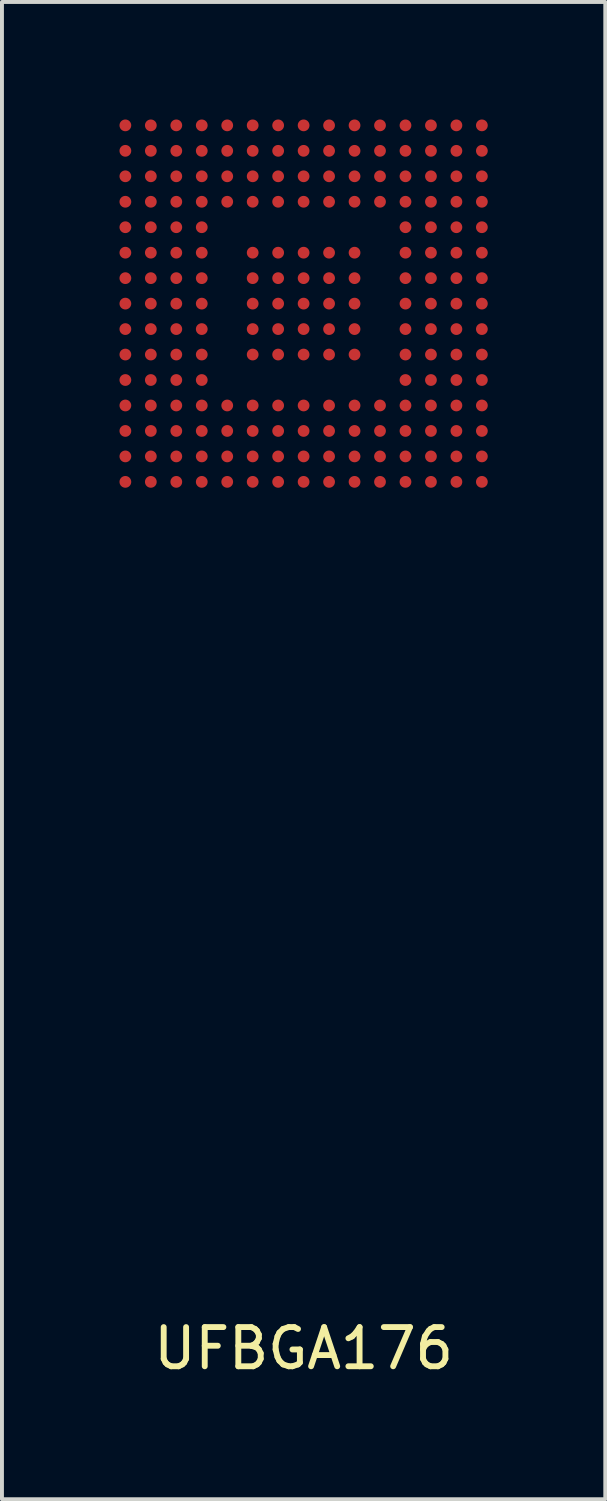
<source format=kicad_pcb>
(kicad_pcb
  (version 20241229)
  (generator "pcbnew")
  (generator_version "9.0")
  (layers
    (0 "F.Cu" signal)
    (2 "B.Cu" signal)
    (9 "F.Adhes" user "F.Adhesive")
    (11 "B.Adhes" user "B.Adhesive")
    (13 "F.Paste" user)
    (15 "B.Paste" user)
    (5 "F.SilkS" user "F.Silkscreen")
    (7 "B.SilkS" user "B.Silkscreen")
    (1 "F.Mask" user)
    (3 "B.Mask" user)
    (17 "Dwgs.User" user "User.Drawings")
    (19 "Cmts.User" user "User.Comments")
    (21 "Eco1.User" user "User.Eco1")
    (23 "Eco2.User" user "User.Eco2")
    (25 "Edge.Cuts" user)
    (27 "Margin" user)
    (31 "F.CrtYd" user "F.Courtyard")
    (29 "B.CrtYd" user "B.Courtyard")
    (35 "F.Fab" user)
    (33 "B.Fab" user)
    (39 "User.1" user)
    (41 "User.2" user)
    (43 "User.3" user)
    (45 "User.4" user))
  (footprint "UFBGA176"
    (layer "F.Cu")
    (at 4.7 4.7)
    (property "Reference" "UFBGA176" (at 0 26.67 0) (layer "F.SilkS") (effects (font (size 1 1) (thickness 0.15))))
    (attr through_hole)
    (pad "1" smd circle (at 0 0) (size 0.3 0.3) (layers "F.Cu" "F.Mask" "F.Paste"))
    (pad "2" smd circle (at -0.65 0) (size 0.3 0.3) (layers "F.Cu" "F.Mask" "F.Paste"))
    (pad "3" smd circle (at -0.65 -0.65) (size 0.3 0.3) (layers "F.Cu" "F.Mask" "F.Paste"))
    (pad "4" smd circle (at 0 -0.65) (size 0.3 0.3) (layers "F.Cu" "F.Mask" "F.Paste"))
    (pad "5" smd circle (at 0.65 -0.65) (size 0.3 0.3) (layers "F.Cu" "F.Mask" "F.Paste"))
    (pad "6" smd circle (at 0.65 0) (size 0.3 0.3) (layers "F.Cu" "F.Mask" "F.Paste"))
    (pad "7" smd circle (at 0.65 0.65) (size 0.3 0.3) (layers "F.Cu" "F.Mask" "F.Paste"))
    (pad "8" smd circle (at 0 0.65) (size 0.3 0.3) (layers "F.Cu" "F.Mask" "F.Paste"))
    (pad "9" smd circle (at -0.65 0.65) (size 0.3 0.3) (layers "F.Cu" "F.Mask" "F.Paste"))
    (pad "10" smd circle (at -1.3 0.65) (size 0.3 0.3) (layers "F.Cu" "F.Mask" "F.Paste"))
    (pad "11" smd circle (at -1.3 0) (size 0.3 0.3) (layers "F.Cu" "F.Mask" "F.Paste"))
    (pad "12" smd circle (at -1.3 -0.65) (size 0.3 0.3) (layers "F.Cu" "F.Mask" "F.Paste"))
    (pad "13" smd circle (at -1.3 -1.3) (size 0.3 0.3) (layers "F.Cu" "F.Mask" "F.Paste"))
    (pad "14" smd circle (at -0.65 -1.3) (size 0.3 0.3) (layers "F.Cu" "F.Mask" "F.Paste"))
    (pad "15" smd circle (at 0 -1.3) (size 0.3 0.3) (layers "F.Cu" "F.Mask" "F.Paste"))
    (pad "16" smd circle (at 0.65 -1.3) (size 0.3 0.3) (layers "F.Cu" "F.Mask" "F.Paste"))
    (pad "17" smd circle (at 1.3 -1.3) (size 0.3 0.3) (layers "F.Cu" "F.Mask" "F.Paste"))
    (pad "18" smd circle (at 1.3 -0.65) (size 0.3 0.3) (layers "F.Cu" "F.Mask" "F.Paste"))
    (pad "19" smd circle (at 1.3 0) (size 0.3 0.3) (layers "F.Cu" "F.Mask" "F.Paste"))
    (pad "20" smd circle (at 1.3 0.65) (size 0.3 0.3) (layers "F.Cu" "F.Mask" "F.Paste"))
    (pad "21" smd circle (at 1.3 1.3) (size 0.3 0.3) (layers "F.Cu" "F.Mask" "F.Paste"))
    (pad "22" smd circle (at 0.65 1.3) (size 0.3 0.3) (layers "F.Cu" "F.Mask" "F.Paste"))
    (pad "23" smd circle (at 0 1.3) (size 0.3 0.3) (layers "F.Cu" "F.Mask" "F.Paste"))
    (pad "24" smd circle (at -0.65 1.3) (size 0.3 0.3) (layers "F.Cu" "F.Mask" "F.Paste"))
    (pad "25" smd circle (at -1.3 1.3) (size 0.3 0.3) (layers "F.Cu" "F.Mask" "F.Paste"))
    (pad "26" smd circle (at -2.6 -2.6) (size 0.3 0.3) (layers "F.Cu" "F.Mask" "F.Paste"))
    (pad "27" smd circle (at -2.6 -1.95) (size 0.3 0.3) (layers "F.Cu" "F.Mask" "F.Paste"))
    (pad "28" smd circle (at -2.6 -1.3) (size 0.3 0.3) (layers "F.Cu" "F.Mask" "F.Paste"))
    (pad "29" smd circle (at -2.6 -0.65) (size 0.3 0.3) (layers "F.Cu" "F.Mask" "F.Paste"))
    (pad "30" smd circle (at -2.6 0) (size 0.3 0.3) (layers "F.Cu" "F.Mask" "F.Paste"))
    (pad "31" smd circle (at -2.6 -3.25) (size 0.3 0.3) (layers "F.Cu" "F.Mask" "F.Paste"))
    (pad "32" smd circle (at -2.6 -3.9) (size 0.3 0.3) (layers "F.Cu" "F.Mask" "F.Paste"))
    (pad "33" smd circle (at -2.6 -4.55) (size 0.3 0.3) (layers "F.Cu" "F.Mask" "F.Paste"))
    (pad "34" smd circle (at -3.25 -1.3) (size 0.3 0.3) (layers "F.Cu" "F.Mask" "F.Paste"))
    (pad "35" smd circle (at -3.9 -1.3) (size 0.3 0.3) (layers "F.Cu" "F.Mask" "F.Paste"))
    (pad "36" smd circle (at -4.55 -1.3) (size 0.3 0.3) (layers "F.Cu" "F.Mask" "F.Paste"))
    (pad "37" smd circle (at -4.55 -1.95) (size 0.3 0.3) (layers "F.Cu" "F.Mask" "F.Paste"))
    (pad "38" smd circle (at -4.55 -2.6) (size 0.3 0.3) (layers "F.Cu" "F.Mask" "F.Paste"))
    (pad "39" smd circle (at -4.55 -3.25) (size 0.3 0.3) (layers "F.Cu" "F.Mask" "F.Paste"))
    (pad "40" smd circle (at -4.55 -3.9) (size 0.3 0.3) (layers "F.Cu" "F.Mask" "F.Paste"))
    (pad "41" smd circle (at -4.55 -4.55) (size 0.3 0.3) (layers "F.Cu" "F.Mask" "F.Paste"))
    (pad "42" smd circle (at -3.9 -4.55) (size 0.3 0.3) (layers "F.Cu" "F.Mask" "F.Paste"))
    (pad "43" smd circle (at -3.25 -4.55) (size 0.3 0.3) (layers "F.Cu" "F.Mask" "F.Paste"))
    (pad "44" smd circle (at -3.25 -3.9) (size 0.3 0.3) (layers "F.Cu" "F.Mask" "F.Paste"))
    (pad "45" smd circle (at -3.9 -3.9) (size 0.3 0.3) (layers "F.Cu" "F.Mask" "F.Paste"))
    (pad "46" smd circle (at -3.9 -3.25) (size 0.3 0.3) (layers "F.Cu" "F.Mask" "F.Paste"))
    (pad "47" smd circle (at -3.25 -3.25) (size 0.3 0.3) (layers "F.Cu" "F.Mask" "F.Paste"))
    (pad "48" smd circle (at -3.25 -2.6) (size 0.3 0.3) (layers "F.Cu" "F.Mask" "F.Paste"))
    (pad "49" smd circle (at -3.9 -2.6) (size 0.3 0.3) (layers "F.Cu" "F.Mask" "F.Paste"))
    (pad "50" smd circle (at -3.9 -1.95) (size 0.3 0.3) (layers "F.Cu" "F.Mask" "F.Paste"))
    (pad "51" smd circle (at -3.25 -1.95) (size 0.3 0.3) (layers "F.Cu" "F.Mask" "F.Paste"))
    (pad "52" smd circle (at -4.55 -0.65) (size 0.3 0.3) (layers "F.Cu" "F.Mask" "F.Paste"))
    (pad "53" smd circle (at -3.9 -0.65) (size 0.3 0.3) (layers "F.Cu" "F.Mask" "F.Paste"))
    (pad "54" smd circle (at -3.25 -0.65) (size 0.3 0.3) (layers "F.Cu" "F.Mask" "F.Paste"))
    (pad "55" smd circle (at -3.25 0) (size 0.3 0.3) (layers "F.Cu" "F.Mask" "F.Paste"))
    (pad "56" smd circle (at -3.9 0) (size 0.3 0.3) (layers "F.Cu" "F.Mask" "F.Paste"))
    (pad "57" smd circle (at -4.55 0) (size 0.3 0.3) (layers "F.Cu" "F.Mask" "F.Paste"))
    (pad "58" smd circle (at -4.55 0.65) (size 0.3 0.3) (layers "F.Cu" "F.Mask" "F.Paste"))
    (pad "59" smd circle (at -3.9 0.65) (size 0.3 0.3) (layers "F.Cu" "F.Mask" "F.Paste"))
    (pad "60" smd circle (at -3.25 0.65) (size 0.3 0.3) (layers "F.Cu" "F.Mask" "F.Paste"))
    (pad "61" smd circle (at -2.6 0.65) (size 0.3 0.3) (layers "F.Cu" "F.Mask" "F.Paste"))
    (pad "62" smd circle (at -2.6 1.3) (size 0.3 0.3) (layers "F.Cu" "F.Mask" "F.Paste"))
    (pad "63" smd circle (at -3.25 1.3) (size 0.3 0.3) (layers "F.Cu" "F.Mask" "F.Paste"))
    (pad "64" smd circle (at -3.9 1.3) (size 0.3 0.3) (layers "F.Cu" "F.Mask" "F.Paste"))
    (pad "65" smd circle (at -4.55 1.3) (size 0.3 0.3) (layers "F.Cu" "F.Mask" "F.Paste"))
    (pad "66" smd circle (at -4.55 1.95) (size 0.3 0.3) (layers "F.Cu" "F.Mask" "F.Paste"))
    (pad "67" smd circle (at -3.9 1.95) (size 0.3 0.3) (layers "F.Cu" "F.Mask" "F.Paste"))
    (pad "68" smd circle (at -3.25 1.95) (size 0.3 0.3) (layers "F.Cu" "F.Mask" "F.Paste"))
    (pad "69" smd circle (at -2.6 1.95) (size 0.3 0.3) (layers "F.Cu" "F.Mask" "F.Paste"))
    (pad "77" smd circle (at -1.3 2.6) (size 0.3 0.3) (layers "F.Cu" "F.Mask" "F.Paste"))
    (pad "78" smd circle (at -1.3 3.25) (size 0.3 0.3) (layers "F.Cu" "F.Mask" "F.Paste"))
    (pad "79" smd circle (at -1.3 3.9) (size 0.3 0.3) (layers "F.Cu" "F.Mask" "F.Paste"))
    (pad "80" smd circle (at -1.3 4.55) (size 0.3 0.3) (layers "F.Cu" "F.Mask" "F.Paste"))
    (pad "81" smd circle (at -1.95 4.55) (size 0.3 0.3) (layers "F.Cu" "F.Mask" "F.Paste"))
    (pad "82" smd circle (at -2.6 4.55) (size 0.3 0.3) (layers "F.Cu" "F.Mask" "F.Paste"))
    (pad "83" smd circle (at -3.25 4.55) (size 0.3 0.3) (layers "F.Cu" "F.Mask" "F.Paste"))
    (pad "84" smd circle (at -3.9 4.55) (size 0.3 0.3) (layers "F.Cu" "F.Mask" "F.Paste"))
    (pad "85" smd circle (at -4.55 4.55) (size 0.3 0.3) (layers "F.Cu" "F.Mask" "F.Paste"))
    (pad "86" smd circle (at -4.55 3.9) (size 0.3 0.3) (layers "F.Cu" "F.Mask" "F.Paste"))
    (pad "87" smd circle (at -4.55 3.25) (size 0.3 0.3) (layers "F.Cu" "F.Mask" "F.Paste"))
    (pad "88" smd circle (at -4.55 2.6) (size 0.3 0.3) (layers "F.Cu" "F.Mask" "F.Paste"))
    (pad "89" smd circle (at -3.9 2.6) (size 0.3 0.3) (layers "F.Cu" "F.Mask" "F.Paste"))
    (pad "90" smd circle (at -3.25 2.6) (size 0.3 0.3) (layers "F.Cu" "F.Mask" "F.Paste"))
    (pad "91" smd circle (at -2.6 2.6) (size 0.3 0.3) (layers "F.Cu" "F.Mask" "F.Paste"))
    (pad "92" smd circle (at -1.95 2.6) (size 0.3 0.3) (layers "F.Cu" "F.Mask" "F.Paste"))
    (pad "93" smd circle (at -1.95 3.25) (size 0.3 0.3) (layers "F.Cu" "F.Mask" "F.Paste"))
    (pad "94" smd circle (at -1.95 3.9) (size 0.3 0.3) (layers "F.Cu" "F.Mask" "F.Paste"))
    (pad "95" smd circle (at -2.6 3.9) (size 0.3 0.3) (layers "F.Cu" "F.Mask" "F.Paste"))
    (pad "96" smd circle (at -3.25 3.9) (size 0.3 0.3) (layers "F.Cu" "F.Mask" "F.Paste"))
    (pad "97" smd circle (at -3.9 3.9) (size 0.3 0.3) (layers "F.Cu" "F.Mask" "F.Paste"))
    (pad "98" smd circle (at -3.9 3.25) (size 0.3 0.3) (layers "F.Cu" "F.Mask" "F.Paste"))
    (pad "99" smd circle (at -3.25 3.25) (size 0.3 0.3) (layers "F.Cu" "F.Mask" "F.Paste"))
    (pad "100" smd circle (at -2.6 3.25) (size 0.3 0.3) (layers "F.Cu" "F.Mask" "F.Paste"))
    (pad "101" smd circle (at -0.65 4.55) (size 0.3 0.3) (layers "F.Cu" "F.Mask" "F.Paste"))
    (pad "102" smd circle (at 0 4.55) (size 0.3 0.3) (layers "F.Cu" "F.Mask" "F.Paste"))
    (pad "103" smd circle (at 2.6 1.3) (size 0.3 0.3) (layers "F.Cu" "F.Mask" "F.Paste"))
    (pad "104" smd circle (at 3.25 1.3) (size 0.3 0.3) (layers "F.Cu" "F.Mask" "F.Paste"))
    (pad "105" smd circle (at 3.9 1.3) (size 0.3 0.3) (layers "F.Cu" "F.Mask" "F.Paste"))
    (pad "106" smd circle (at 4.55 1.3) (size 0.3 0.3) (layers "F.Cu" "F.Mask" "F.Paste"))
    (pad "107" smd circle (at 4.55 1.95) (size 0.3 0.3) (layers "F.Cu" "F.Mask" "F.Paste"))
    (pad "108" smd circle (at 4.55 2.6) (size 0.3 0.3) (layers "F.Cu" "F.Mask" "F.Paste"))
    (pad "109" smd circle (at 4.55 3.25) (size 0.3 0.3) (layers "F.Cu" "F.Mask" "F.Paste"))
    (pad "110" smd circle (at 4.55 3.9) (size 0.3 0.3) (layers "F.Cu" "F.Mask" "F.Paste"))
    (pad "111" smd circle (at 4.55 4.55) (size 0.3 0.3) (layers "F.Cu" "F.Mask" "F.Paste"))
    (pad "112" smd circle (at 3.9 4.55) (size 0.3 0.3) (layers "F.Cu" "F.Mask" "F.Paste"))
    (pad "113" smd circle (at 3.25 4.55) (size 0.3 0.3) (layers "F.Cu" "F.Mask" "F.Paste"))
    (pad "114" smd circle (at 2.6 4.55) (size 0.3 0.3) (layers "F.Cu" "F.Mask" "F.Paste"))
    (pad "115" smd circle (at 1.95 4.55) (size 0.3 0.3) (layers "F.Cu" "F.Mask" "F.Paste"))
    (pad "116" smd circle (at 1.3 4.55) (size 0.3 0.3) (layers "F.Cu" "F.Mask" "F.Paste"))
    (pad "117" smd circle (at 0.65 4.55) (size 0.3 0.3) (layers "F.Cu" "F.Mask" "F.Paste"))
    (pad "118" smd circle (at -0.65 3.9) (size 0.3 0.3) (layers "F.Cu" "F.Mask" "F.Paste"))
    (pad "119" smd circle (at 0 3.9) (size 0.3 0.3) (layers "F.Cu" "F.Mask" "F.Paste"))
    (pad "120" smd circle (at 0.65 3.9) (size 0.3 0.3) (layers "F.Cu" "F.Mask" "F.Paste"))
    (pad "121" smd circle (at 1.3 3.9) (size 0.3 0.3) (layers "F.Cu" "F.Mask" "F.Paste"))
    (pad "122" smd circle (at 1.95 3.9) (size 0.3 0.3) (layers "F.Cu" "F.Mask" "F.Paste"))
    (pad "123" smd circle (at 2.6 3.9) (size 0.3 0.3) (layers "F.Cu" "F.Mask" "F.Paste"))
    (pad "124" smd circle (at 3.25 3.9) (size 0.3 0.3) (layers "F.Cu" "F.Mask" "F.Paste"))
    (pad "125" smd circle (at 3.9 3.9) (size 0.3 0.3) (layers "F.Cu" "F.Mask" "F.Paste"))
    (pad "126" smd circle (at 3.9 3.25) (size 0.3 0.3) (layers "F.Cu" "F.Mask" "F.Paste"))
    (pad "127" smd circle (at 3.25 3.25) (size 0.3 0.3) (layers "F.Cu" "F.Mask" "F.Paste"))
    (pad "128" smd circle (at 1.95 3.25) (size 0.3 0.3) (layers "F.Cu" "F.Mask" "F.Paste"))
    (pad "129" smd circle (at -0.65 2.6) (size 0.3 0.3) (layers "F.Cu" "F.Mask" "F.Paste"))
    (pad "130" smd circle (at 0 2.6) (size 0.3 0.3) (layers "F.Cu" "F.Mask" "F.Paste"))
    (pad "131" smd circle (at 0.65 2.6) (size 0.3 0.3) (layers "F.Cu" "F.Mask" "F.Paste"))
    (pad "133" smd circle (at 1.3 2.6) (size 0.3 0.3) (layers "F.Cu" "F.Mask" "F.Paste"))
    (pad "134" smd circle (at 1.95 2.6) (size 0.3 0.3) (layers "F.Cu" "F.Mask" "F.Paste"))
    (pad "135" smd circle (at 2.6 2.6) (size 0.3 0.3) (layers "F.Cu" "F.Mask" "F.Paste"))
    (pad "136" smd circle (at 2.6 1.95) (size 0.3 0.3) (layers "F.Cu" "F.Mask" "F.Paste"))
    (pad "137" smd circle (at 3.25 1.95) (size 0.3 0.3) (layers "F.Cu" "F.Mask" "F.Paste"))
    (pad "138" smd circle (at 3.9 1.95) (size 0.3 0.3) (layers "F.Cu" "F.Mask" "F.Paste"))
    (pad "139" smd circle (at 3.9 2.6) (size 0.3 0.3) (layers "F.Cu" "F.Mask" "F.Paste"))
    (pad "140" smd circle (at 3.25 2.6) (size 0.3 0.3) (layers "F.Cu" "F.Mask" "F.Paste"))
    (pad "141" smd circle (at 2.6 3.25) (size 0.3 0.3) (layers "F.Cu" "F.Mask" "F.Paste"))
    (pad "142" smd circle (at 1.3 3.25) (size 0.3 0.3) (layers "F.Cu" "F.Mask" "F.Paste"))
    (pad "143" smd circle (at 0.65 3.25) (size 0.3 0.3) (layers "F.Cu" "F.Mask" "F.Paste"))
    (pad "144" smd circle (at 0 3.25) (size 0.3 0.3) (layers "F.Cu" "F.Mask" "F.Paste"))
    (pad "145" smd circle (at -0.65 3.25) (size 0.3 0.3) (layers "F.Cu" "F.Mask" "F.Paste"))
    (pad "146" smd circle (at 2.6 0.65) (size 0.3 0.3) (layers "F.Cu" "F.Mask" "F.Paste"))
    (pad "147" smd circle (at 2.6 0) (size 0.3 0.3) (layers "F.Cu" "F.Mask" "F.Paste"))
    (pad "148" smd circle (at 2.6 -0.65) (size 0.3 0.3) (layers "F.Cu" "F.Mask" "F.Paste"))
    (pad "149" smd circle (at 2.6 -1.3) (size 0.3 0.3) (layers "F.Cu" "F.Mask" "F.Paste"))
    (pad "150" smd circle (at 2.6 -1.95) (size 0.3 0.3) (layers "F.Cu" "F.Mask" "F.Paste"))
    (pad "151" smd circle (at 2.6 -2.6) (size 0.3 0.3) (layers "F.Cu" "F.Mask" "F.Paste"))
    (pad "152" smd circle (at 1.95 -2.6) (size 0.3 0.3) (layers "F.Cu" "F.Mask" "F.Paste"))
    (pad "153" smd circle (at 1.3 -2.6) (size 0.3 0.3) (layers "F.Cu" "F.Mask" "F.Paste"))
    (pad "154" smd circle (at 0.65 -2.6) (size 0.3 0.3) (layers "F.Cu" "F.Mask" "F.Paste"))
    (pad "155" smd circle (at -1.95 -2.6) (size 0.3 0.3) (layers "F.Cu" "F.Mask" "F.Paste"))
    (pad "156" smd circle (at -1.3 -2.6) (size 0.3 0.3) (layers "F.Cu" "F.Mask" "F.Paste"))
    (pad "157" smd circle (at -0.65 -2.6) (size 0.3 0.3) (layers "F.Cu" "F.Mask" "F.Paste"))
    (pad "158" smd circle (at 0 -2.6) (size 0.3 0.3) (layers "F.Cu" "F.Mask" "F.Paste"))
    (pad "159" smd circle (at -1.95 -4.55) (size 0.3 0.3) (layers "F.Cu" "F.Mask" "F.Paste"))
    (pad "160" smd circle (at -1.3 -4.55) (size 0.3 0.3) (layers "F.Cu" "F.Mask" "F.Paste"))
    (pad "161" smd circle (at -0.65 -4.55) (size 0.3 0.3) (layers "F.Cu" "F.Mask" "F.Paste"))
    (pad "162" smd circle (at 0 -4.55) (size 0.3 0.3) (layers "F.Cu" "F.Mask" "F.Paste"))
    (pad "163" smd circle (at 0.65 -4.55) (size 0.3 0.3) (layers "F.Cu" "F.Mask" "F.Paste"))
    (pad "164" smd circle (at 1.3 -4.55) (size 0.3 0.3) (layers "F.Cu" "F.Mask" "F.Paste"))
    (pad "165" smd circle (at 1.95 -4.55) (size 0.3 0.3) (layers "F.Cu" "F.Mask" "F.Paste"))
    (pad "166" smd circle (at 2.6 -4.55) (size 0.3 0.3) (layers "F.Cu" "F.Mask" "F.Paste"))
    (pad "167" smd circle (at 3.25 -4.55) (size 0.3 0.3) (layers "F.Cu" "F.Mask" "F.Paste"))
    (pad "168" smd circle (at 3.9 -4.55) (size 0.3 0.3) (layers "F.Cu" "F.Mask" "F.Paste"))
    (pad "169" smd circle (at 4.55 -4.55) (size 0.3 0.3) (layers "F.Cu" "F.Mask" "F.Paste"))
    (pad "170" smd circle (at 4.55 -3.9) (size 0.3 0.3) (layers "F.Cu" "F.Mask" "F.Paste"))
    (pad "171" smd circle (at 4.55 -3.25) (size 0.3 0.3) (layers "F.Cu" "F.Mask" "F.Paste"))
    (pad "172" smd circle (at 4.55 -1.95) (size 0.3 0.3) (layers "F.Cu" "F.Mask" "F.Paste"))
    (pad "173" smd circle (at 4.55 -2.6) (size 0.3 0.3) (layers "F.Cu" "F.Mask" "F.Paste"))
    (pad "174" smd circle (at 4.55 -1.3) (size 0.3 0.3) (layers "F.Cu" "F.Mask" "F.Paste"))
    (pad "175" smd circle (at 4.55 -0.65) (size 0.3 0.3) (layers "F.Cu" "F.Mask" "F.Paste"))
    (pad "176" smd circle (at 4.55 0) (size 0.3 0.3) (layers "F.Cu" "F.Mask" "F.Paste"))
    (pad "177" smd circle (at 4.55 0.65) (size 0.3 0.3) (layers "F.Cu" "F.Mask" "F.Paste"))
    (pad "178" smd circle (at 3.9 0.65) (size 0.3 0.3) (layers "F.Cu" "F.Mask" "F.Paste"))
    (pad "179" smd circle (at 3.9 0) (size 0.3 0.3) (layers "F.Cu" "F.Mask" "F.Paste"))
    (pad "180" smd circle (at 3.9 -0.65) (size 0.3 0.3) (layers "F.Cu" "F.Mask" "F.Paste"))
    (pad "181" smd circle (at 3.9 -1.3) (size 0.3 0.3) (layers "F.Cu" "F.Mask" "F.Paste"))
    (pad "182" smd circle (at 3.9 -1.95) (size 0.3 0.3) (layers "F.Cu" "F.Mask" "F.Paste"))
    (pad "183" smd circle (at 3.9 -2.6) (size 0.3 0.3) (layers "F.Cu" "F.Mask" "F.Paste"))
    (pad "184" smd circle (at 3.9 -3.25) (size 0.3 0.3) (layers "F.Cu" "F.Mask" "F.Paste"))
    (pad "185" smd circle (at 3.9 -3.9) (size 0.3 0.3) (layers "F.Cu" "F.Mask" "F.Paste"))
    (pad "186" smd circle (at 3.25 -3.9) (size 0.3 0.3) (layers "F.Cu" "F.Mask" "F.Paste"))
    (pad "187" smd circle (at 2.6 -3.9) (size 0.3 0.3) (layers "F.Cu" "F.Mask" "F.Paste"))
    (pad "188" smd circle (at 1.95 -3.9) (size 0.3 0.3) (layers "F.Cu" "F.Mask" "F.Paste"))
    (pad "189" smd circle (at 1.3 -3.9) (size 0.3 0.3) (layers "F.Cu" "F.Mask" "F.Paste"))
    (pad "190" smd circle (at 0.65 -3.9) (size 0.3 0.3) (layers "F.Cu" "F.Mask" "F.Paste"))
    (pad "191" smd circle (at 0 -3.9) (size 0.3 0.3) (layers "F.Cu" "F.Mask" "F.Paste"))
    (pad "192" smd circle (at -1.3 -3.9) (size 0.3 0.3) (layers "F.Cu" "F.Mask" "F.Paste"))
    (pad "193" smd circle (at -0.65 -3.9) (size 0.3 0.3) (layers "F.Cu" "F.Mask" "F.Paste"))
    (pad "194" smd circle (at -1.95 -3.9) (size 0.3 0.3) (layers "F.Cu" "F.Mask" "F.Paste"))
    (pad "195" smd circle (at -1.95 -3.25) (size 0.3 0.3) (layers "F.Cu" "F.Mask" "F.Paste"))
    (pad "196" smd circle (at -1.3 -3.25) (size 0.3 0.3) (layers "F.Cu" "F.Mask" "F.Paste"))
    (pad "197" smd circle (at -0.65 -3.25) (size 0.3 0.3) (layers "F.Cu" "F.Mask" "F.Paste"))
    (pad "198" smd circle (at 0 -3.25) (size 0.3 0.3) (layers "F.Cu" "F.Mask" "F.Paste"))
    (pad "199" smd circle (at 0.65 -3.25) (size 0.3 0.3) (layers "F.Cu" "F.Mask" "F.Paste"))
    (pad "200" smd circle (at 1.3 -3.25) (size 0.3 0.3) (layers "F.Cu" "F.Mask" "F.Paste"))
    (pad "201" smd circle (at 1.95 -3.25) (size 0.3 0.3) (layers "F.Cu" "F.Mask" "F.Paste"))
    (pad "202" smd circle (at 2.6 -3.25) (size 0.3 0.3) (layers "F.Cu" "F.Mask" "F.Paste"))
    (pad "203" smd circle (at 3.25 -3.25) (size 0.3 0.3) (layers "F.Cu" "F.Mask" "F.Paste"))
    (pad "204" smd circle (at 3.25 -2.6) (size 0.3 0.3) (layers "F.Cu" "F.Mask" "F.Paste"))
    (pad "205" smd circle (at 3.25 -1.95) (size 0.3 0.3) (layers "F.Cu" "F.Mask" "F.Paste"))
    (pad "206" smd circle (at 3.25 -1.3) (size 0.3 0.3) (layers "F.Cu" "F.Mask" "F.Paste"))
    (pad "207" smd circle (at 3.25 -0.65) (size 0.3 0.3) (layers "F.Cu" "F.Mask" "F.Paste"))
    (pad "208" smd circle (at 3.25 0) (size 0.3 0.3) (layers "F.Cu" "F.Mask" "F.Paste"))
    (pad "209" smd circle (at 3.25 0.65) (size 0.3 0.3) (layers "F.Cu" "F.Mask" "F.Paste")))
  (gr_rect
    (start -3 -3)
    (end 12.4 35.218)
    (stroke (width 0.1) (type default))
    (fill no)
    (layer "Edge.Cuts")))
</source>
